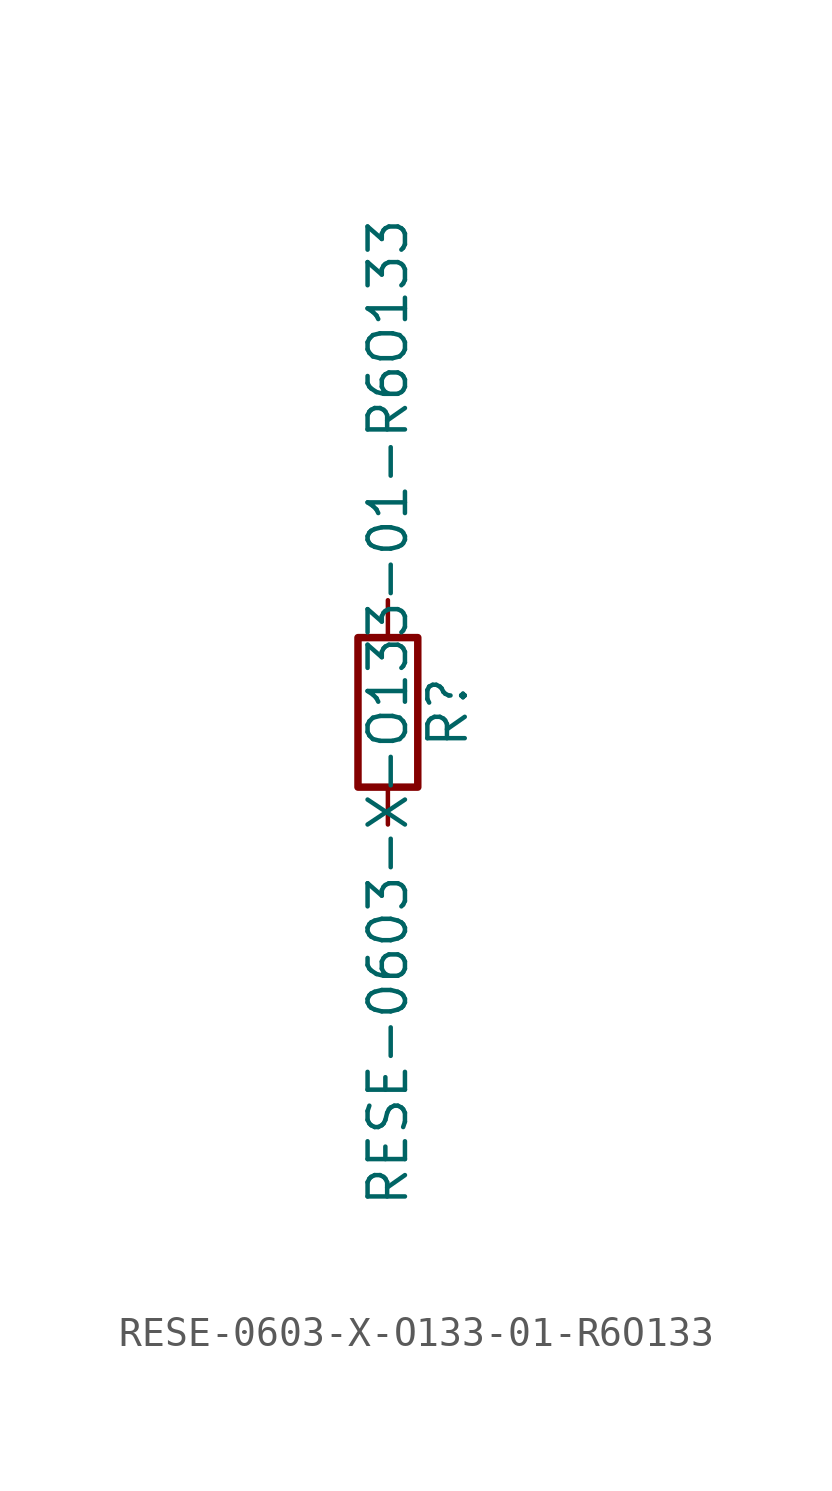
<source format=kicad_sym>
(kicad_symbol_lib
  (version 20211014)
  (generator kicad_symbol_editor)
  (symbol "RESE-0603-X-O133-01-R6O133"
    (pin_numbers hide)
    (pin_names
      (offset 0))
    (property "Reference" "R"
      (at 2.032 0 90)
      (effects (font (size 1.27 1.27))))
    (property "Value" "RESE-0603-X-O133-01-R6O133"
      (at 0 0 90)
      (effects (font (size 1.27 1.27))))
    (symbol "RESE-0603-X-O133-01-R6O133_0_1"
      (rectangle (start -1.016 -2.54) (end 1.016 2.54) (stroke (width 0.254) (type default) (color 0 0 0 0)) (fill (type none))))
    (symbol "RESE-0603-X-O133-01-R6O133_1_1"
      (pin passive line (at 0 3.81 270) (length 1.27) (name "~" (effects (font (size 1.27 1.27)))) (number "1" (effects (font (size 1.27 1.27)))))
      (pin passive line (at 0 -3.81 90) (length 1.27) (name "~" (effects (font (size 1.27 1.27)))) (number "2" (effects (font (size 1.27 1.27))))))))
</source>
